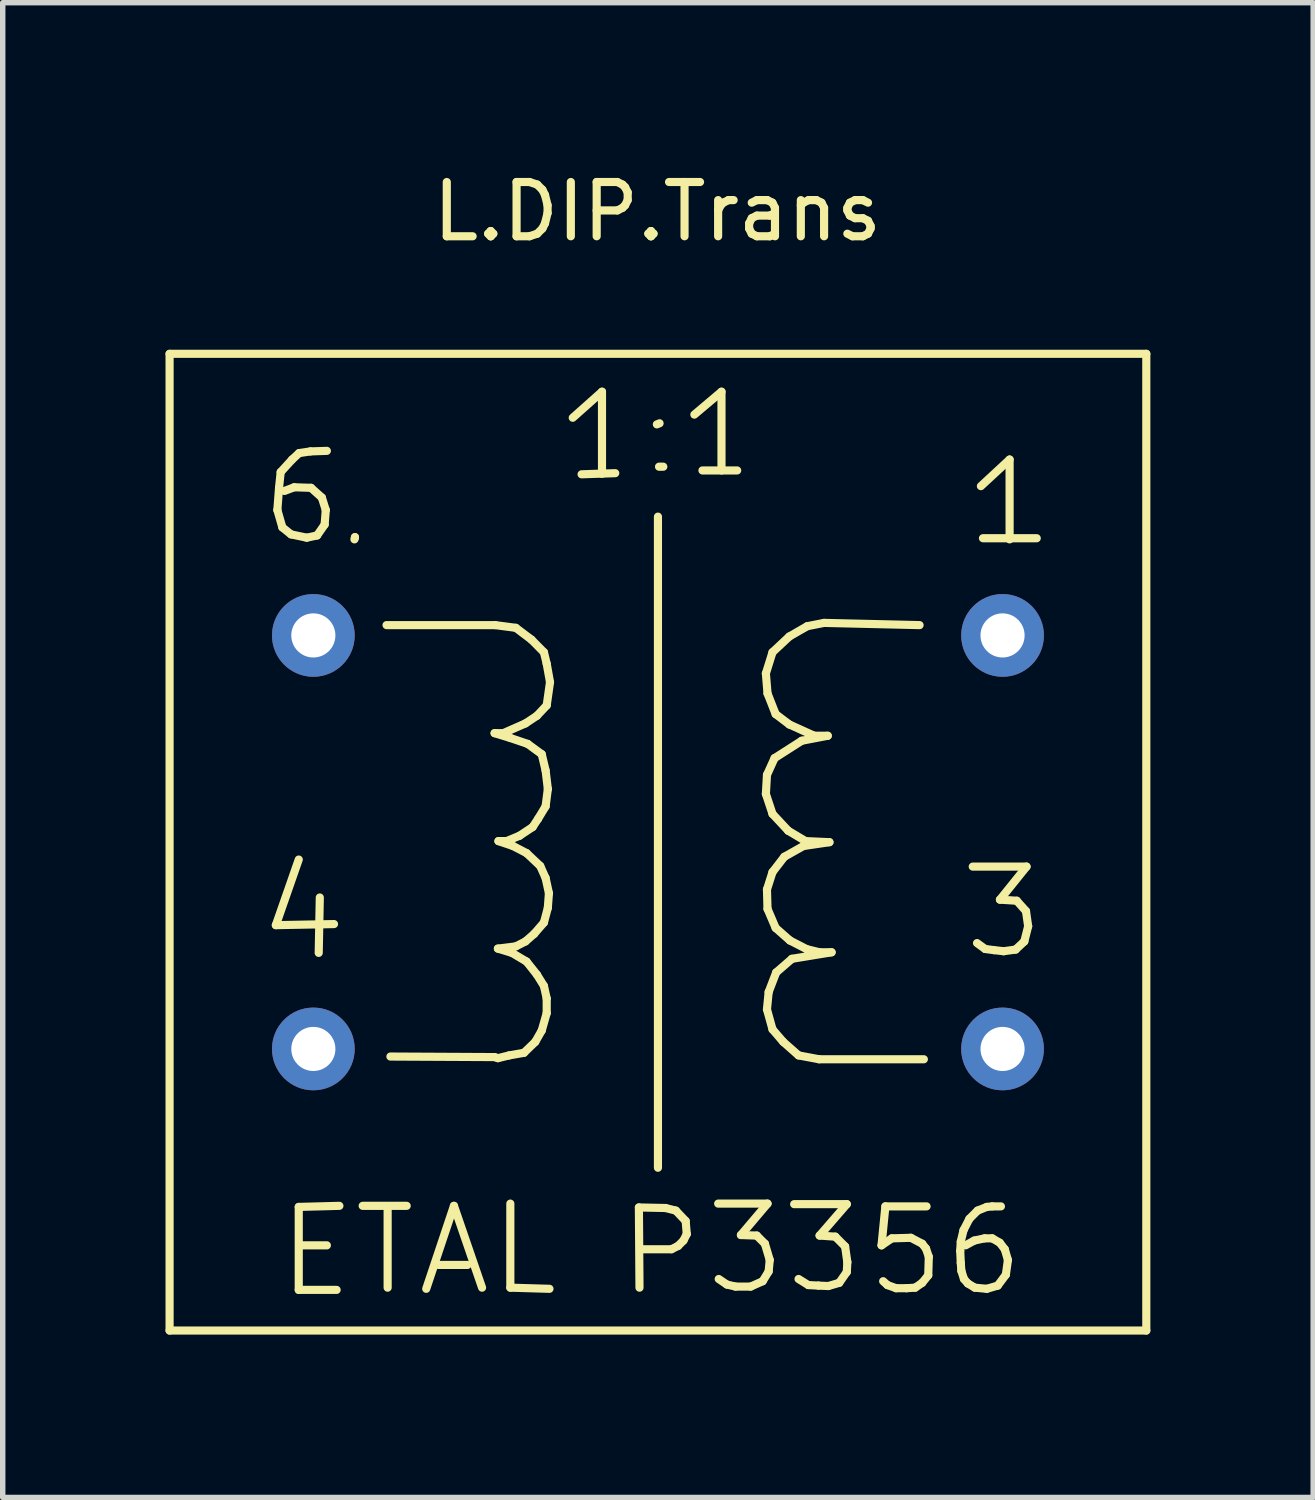
<source format=kicad_pcb>
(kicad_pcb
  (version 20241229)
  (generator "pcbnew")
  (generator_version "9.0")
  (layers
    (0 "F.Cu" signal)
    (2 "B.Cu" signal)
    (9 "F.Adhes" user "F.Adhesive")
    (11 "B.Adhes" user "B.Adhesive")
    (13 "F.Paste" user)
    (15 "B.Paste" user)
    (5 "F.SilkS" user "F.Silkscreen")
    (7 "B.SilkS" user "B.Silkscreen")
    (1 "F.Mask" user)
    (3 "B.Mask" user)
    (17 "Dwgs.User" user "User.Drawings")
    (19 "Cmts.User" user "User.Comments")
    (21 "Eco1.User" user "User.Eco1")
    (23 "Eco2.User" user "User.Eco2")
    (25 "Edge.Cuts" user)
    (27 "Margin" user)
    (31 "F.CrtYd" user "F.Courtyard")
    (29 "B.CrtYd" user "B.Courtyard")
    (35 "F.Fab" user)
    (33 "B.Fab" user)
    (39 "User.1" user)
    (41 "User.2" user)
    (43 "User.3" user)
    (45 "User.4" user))
  (footprint "L.DIP.Trans"
    (layer "F.Cu")
    (at 9.074 12.469)
    (property "Reference" "L.DIP.Trans" (at -0.01 -11.62 0) (layer "F.SilkS") (effects (font (size 1 1) (thickness 0.15))))
    (attr through_hole)
    (fp_line (start -8.999 -8.999) (end -8.999 8.999) (stroke (width 0.15) (type solid)) (layer "F.SilkS"))
    (fp_line (start -8.999 8.999) (end 8.999 8.999) (stroke (width 0.15) (type solid)) (layer "F.SilkS"))
    (fp_line (start -7.041 1.529) (end -5.969 1.509) (stroke (width 0.15) (type solid)) (layer "F.SilkS"))
    (fp_line (start -7.013 -6.121) (end -6.921 -5.801) (stroke (width 0.15) (type solid)) (layer "F.SilkS"))
    (fp_line (start -6.982 -6.53) (end -7.013 -6.121) (stroke (width 0.15) (type solid)) (layer "F.SilkS"))
    (fp_line (start -6.952 -6.82) (end -6.982 -6.53) (stroke (width 0.15) (type solid)) (layer "F.SilkS"))
    (fp_line (start -6.921 -5.801) (end -6.761 -5.672) (stroke (width 0.15) (type solid)) (layer "F.SilkS"))
    (fp_line (start -6.761 -5.672) (end -6.472 -5.611) (stroke (width 0.15) (type solid)) (layer "F.SilkS"))
    (fp_line (start -6.741 -7.051) (end -6.952 -6.82) (stroke (width 0.15) (type solid)) (layer "F.SilkS"))
    (fp_line (start -6.703 -6.54) (end -6.883 -6.472) (stroke (width 0.15) (type solid)) (layer "F.SilkS"))
    (fp_line (start -6.619 0.32) (end -7.041 1.529) (stroke (width 0.15) (type solid)) (layer "F.SilkS"))
    (fp_line (start -6.619 6.721) (end -6.619 8.25) (stroke (width 0.15) (type solid)) (layer "F.SilkS"))
    (fp_line (start -6.619 8.25) (end -5.921 8.25) (stroke (width 0.15) (type solid)) (layer "F.SilkS"))
    (fp_line (start -6.612 -7.17) (end -6.741 -7.051) (stroke (width 0.15) (type solid)) (layer "F.SilkS"))
    (fp_line (start -6.551 7.429) (end -6.101 7.429) (stroke (width 0.15) (type solid)) (layer "F.SilkS"))
    (fp_line (start -6.472 -5.611) (end -6.281 -5.652) (stroke (width 0.15) (type solid)) (layer "F.SilkS"))
    (fp_line (start -6.403 -7.201) (end -6.612 -7.17) (stroke (width 0.15) (type solid)) (layer "F.SilkS"))
    (fp_line (start -6.393 -6.53) (end -6.703 -6.54) (stroke (width 0.15) (type solid)) (layer "F.SilkS"))
    (fp_line (start -6.281 -5.652) (end -6.142 -5.852) (stroke (width 0.15) (type solid)) (layer "F.SilkS"))
    (fp_line (start -6.231 1.019) (end -6.251 2.04) (stroke (width 0.15) (type solid)) (layer "F.SilkS"))
    (fp_line (start -6.193 -6.35) (end -6.393 -6.53) (stroke (width 0.15) (type solid)) (layer "F.SilkS"))
    (fp_line (start -6.142 -5.852) (end -6.121 -6.121) (stroke (width 0.15) (type solid)) (layer "F.SilkS"))
    (fp_line (start -6.121 -6.121) (end -6.193 -6.35) (stroke (width 0.15) (type solid)) (layer "F.SilkS"))
    (fp_line (start -6.101 -7.211) (end -6.403 -7.201) (stroke (width 0.15) (type solid)) (layer "F.SilkS"))
    (fp_line (start -5.87 6.701) (end -6.619 6.721) (stroke (width 0.15) (type solid)) (layer "F.SilkS"))
    (fp_line (start -5.593 -5.58) (end -5.583 -5.621) (stroke (width 0.15) (type solid)) (layer "F.SilkS"))
    (fp_line (start -5.583 -5.621) (end -5.583 -5.611) (stroke (width 0.15) (type solid)) (layer "F.SilkS"))
    (fp_line (start -5.441 6.701) (end -4.63 6.701) (stroke (width 0.15) (type solid)) (layer "F.SilkS"))
    (fp_line (start -5.001 -4) (end -3 -4) (stroke (width 0.15) (type solid)) (layer "F.SilkS"))
    (fp_line (start -4.981 8.209) (end -4.981 6.741) (stroke (width 0.15) (type solid)) (layer "F.SilkS"))
    (fp_line (start -4.27 8.23) (end -3.759 6.701) (stroke (width 0.15) (type solid)) (layer "F.SilkS"))
    (fp_line (start -4.041 7.79) (end -3.51 7.79) (stroke (width 0.15) (type solid)) (layer "F.SilkS"))
    (fp_line (start -3.759 6.701) (end -3.241 8.209) (stroke (width 0.15) (type solid)) (layer "F.SilkS"))
    (fp_line (start -3.01 -2.009) (end -2.72 -1.92) (stroke (width 0.15) (type solid)) (layer "F.SilkS"))
    (fp_line (start -3.01 3.96) (end -4.93 3.95) (stroke (width 0.15) (type solid)) (layer "F.SilkS"))
    (fp_line (start -3 -4) (end -2.619 -3.95) (stroke (width 0.15) (type solid)) (layer "F.SilkS"))
    (fp_line (start -2.949 1.961) (end -2.69 2.04) (stroke (width 0.15) (type solid)) (layer "F.SilkS"))
    (fp_line (start -2.949 3.98) (end -3.01 3.96) (stroke (width 0.15) (type solid)) (layer "F.SilkS"))
    (fp_line (start -2.939 -0.02) (end -2.67 0.071) (stroke (width 0.15) (type solid)) (layer "F.SilkS"))
    (fp_line (start -2.85 -2.009) (end -3.01 -2.009) (stroke (width 0.15) (type solid)) (layer "F.SilkS"))
    (fp_line (start -2.789 -0.02) (end -2.939 -0.02) (stroke (width 0.15) (type solid)) (layer "F.SilkS"))
    (fp_line (start -2.741 3.929) (end -2.949 3.98) (stroke (width 0.15) (type solid)) (layer "F.SilkS"))
    (fp_line (start -2.72 -1.92) (end -2.4 -1.811) (stroke (width 0.15) (type solid)) (layer "F.SilkS"))
    (fp_line (start -2.72 6.66) (end -2.72 8.209) (stroke (width 0.15) (type solid)) (layer "F.SilkS"))
    (fp_line (start -2.72 8.209) (end -1.999 8.23) (stroke (width 0.15) (type solid)) (layer "F.SilkS"))
    (fp_line (start -2.69 2.04) (end -2.421 2.2) (stroke (width 0.15) (type solid)) (layer "F.SilkS"))
    (fp_line (start -2.67 0.071) (end -2.421 0.201) (stroke (width 0.15) (type solid)) (layer "F.SilkS"))
    (fp_line (start -2.619 -3.95) (end -2.329 -3.731) (stroke (width 0.15) (type solid)) (layer "F.SilkS"))
    (fp_line (start -2.619 1.92) (end -2.949 1.961) (stroke (width 0.15) (type solid)) (layer "F.SilkS"))
    (fp_line (start -2.55 -0.119) (end -2.789 -0.02) (stroke (width 0.15) (type solid)) (layer "F.SilkS"))
    (fp_line (start -2.469 3.881) (end -2.741 3.929) (stroke (width 0.15) (type solid)) (layer "F.SilkS"))
    (fp_line (start -2.441 -2.189) (end -2.85 -2.009) (stroke (width 0.15) (type solid)) (layer "F.SilkS"))
    (fp_line (start -2.441 1.829) (end -2.619 1.92) (stroke (width 0.15) (type solid)) (layer "F.SilkS"))
    (fp_line (start -2.421 0.201) (end -2.169 0.439) (stroke (width 0.15) (type solid)) (layer "F.SilkS"))
    (fp_line (start -2.421 2.2) (end -2.23 2.441) (stroke (width 0.15) (type solid)) (layer "F.SilkS"))
    (fp_line (start -2.4 -1.811) (end -2.141 -1.621) (stroke (width 0.15) (type solid)) (layer "F.SilkS"))
    (fp_line (start -2.329 -3.731) (end -2.101 -3.5) (stroke (width 0.15) (type solid)) (layer "F.SilkS"))
    (fp_line (start -2.309 -0.279) (end -2.55 -0.119) (stroke (width 0.15) (type solid)) (layer "F.SilkS"))
    (fp_line (start -2.281 1.689) (end -2.441 1.829) (stroke (width 0.15) (type solid)) (layer "F.SilkS"))
    (fp_line (start -2.261 3.68) (end -2.469 3.881) (stroke (width 0.15) (type solid)) (layer "F.SilkS"))
    (fp_line (start -2.23 -2.329) (end -2.441 -2.189) (stroke (width 0.15) (type solid)) (layer "F.SilkS"))
    (fp_line (start -2.23 2.441) (end -2.101 2.649) (stroke (width 0.15) (type solid)) (layer "F.SilkS"))
    (fp_line (start -2.21 -0.429) (end -2.309 -0.279) (stroke (width 0.15) (type solid)) (layer "F.SilkS"))
    (fp_line (start -2.169 0.439) (end -2.07 0.66) (stroke (width 0.15) (type solid)) (layer "F.SilkS"))
    (fp_line (start -2.141 -1.621) (end -2.07 -1.321) (stroke (width 0.15) (type solid)) (layer "F.SilkS"))
    (fp_line (start -2.141 3.47) (end -2.261 3.68) (stroke (width 0.15) (type solid)) (layer "F.SilkS"))
    (fp_line (start -2.101 -3.5) (end -2.05 -3.289) (stroke (width 0.15) (type solid)) (layer "F.SilkS"))
    (fp_line (start -2.101 1.481) (end -2.281 1.689) (stroke (width 0.15) (type solid)) (layer "F.SilkS"))
    (fp_line (start -2.101 2.649) (end -2.05 2.88) (stroke (width 0.15) (type solid)) (layer "F.SilkS"))
    (fp_line (start -2.07 -1.321) (end -2.029 -0.98) (stroke (width 0.15) (type solid)) (layer "F.SilkS"))
    (fp_line (start -2.07 -0.66) (end -2.21 -0.429) (stroke (width 0.15) (type solid)) (layer "F.SilkS"))
    (fp_line (start -2.07 0.66) (end -2.009 0.94) (stroke (width 0.15) (type solid)) (layer "F.SilkS"))
    (fp_line (start -2.05 -3.289) (end -1.989 -2.949) (stroke (width 0.15) (type solid)) (layer "F.SilkS"))
    (fp_line (start -2.05 -2.52) (end -2.23 -2.329) (stroke (width 0.15) (type solid)) (layer "F.SilkS"))
    (fp_line (start -2.05 2.88) (end -2.05 3.15) (stroke (width 0.15) (type solid)) (layer "F.SilkS"))
    (fp_line (start -2.05 3.15) (end -2.141 3.47) (stroke (width 0.15) (type solid)) (layer "F.SilkS"))
    (fp_line (start -2.029 -0.98) (end -2.07 -0.66) (stroke (width 0.15) (type solid)) (layer "F.SilkS"))
    (fp_line (start -2.029 1.209) (end -2.101 1.481) (stroke (width 0.15) (type solid)) (layer "F.SilkS"))
    (fp_line (start -2.009 0.94) (end -2.029 1.209) (stroke (width 0.15) (type solid)) (layer "F.SilkS"))
    (fp_line (start -1.989 -2.949) (end -2.05 -2.52) (stroke (width 0.15) (type solid)) (layer "F.SilkS"))
    (fp_line (start -1.57 -7.821) (end -1.031 -8.301) (stroke (width 0.15) (type solid)) (layer "F.SilkS"))
    (fp_line (start -1.407 -6.779) (end -0.787 -6.8) (stroke (width 0.15) (type solid)) (layer "F.SilkS"))
    (fp_line (start -1.031 -8.301) (end -1.031 -6.789) (stroke (width 0.15) (type solid)) (layer "F.SilkS"))
    (fp_line (start -0.351 6.731) (end 0.14 6.741) (stroke (width 0.15) (type solid)) (layer "F.SilkS"))
    (fp_line (start -0.34 8.209) (end -0.351 6.731) (stroke (width 0.15) (type solid)) (layer "F.SilkS"))
    (fp_line (start 0 -5.999) (end 0 5.999) (stroke (width 0.15) (type solid)) (layer "F.SilkS"))
    (fp_line (start 0.03 -7.719) (end -0.02 -7.699) (stroke (width 0.15) (type solid)) (layer "F.SilkS"))
    (fp_line (start 0.099 -6.919) (end 0.02 -6.919) (stroke (width 0.15) (type solid)) (layer "F.SilkS"))
    (fp_line (start 0.14 6.741) (end 0.33 6.789) (stroke (width 0.15) (type solid)) (layer "F.SilkS"))
    (fp_line (start 0.249 7.501) (end -0.269 7.501) (stroke (width 0.15) (type solid)) (layer "F.SilkS"))
    (fp_line (start 0.33 6.789) (end 0.511 6.98) (stroke (width 0.15) (type solid)) (layer "F.SilkS"))
    (fp_line (start 0.371 7.44) (end 0.249 7.501) (stroke (width 0.15) (type solid)) (layer "F.SilkS"))
    (fp_line (start 0.47 7.341) (end 0.371 7.44) (stroke (width 0.15) (type solid)) (layer "F.SilkS"))
    (fp_line (start 0.511 6.98) (end 0.531 7.221) (stroke (width 0.15) (type solid)) (layer "F.SilkS"))
    (fp_line (start 0.531 7.221) (end 0.47 7.341) (stroke (width 0.15) (type solid)) (layer "F.SilkS"))
    (fp_line (start 0.671 -7.879) (end 1.171 -8.301) (stroke (width 0.15) (type solid)) (layer "F.SilkS"))
    (fp_line (start 0.82 -6.85) (end 1.46 -6.85) (stroke (width 0.15) (type solid)) (layer "F.SilkS"))
    (fp_line (start 1.11 6.66) (end 2.019 6.66) (stroke (width 0.15) (type solid)) (layer "F.SilkS"))
    (fp_line (start 1.171 -8.301) (end 1.171 -6.85) (stroke (width 0.15) (type solid)) (layer "F.SilkS"))
    (fp_line (start 1.27 8.151) (end 1.12 8.049) (stroke (width 0.15) (type solid)) (layer "F.SilkS"))
    (fp_line (start 1.43 8.189) (end 1.27 8.151) (stroke (width 0.15) (type solid)) (layer "F.SilkS"))
    (fp_line (start 1.529 7.239) (end 1.821 7.249) (stroke (width 0.15) (type solid)) (layer "F.SilkS"))
    (fp_line (start 1.709 8.189) (end 1.43 8.189) (stroke (width 0.15) (type solid)) (layer "F.SilkS"))
    (fp_line (start 1.821 7.249) (end 1.971 7.399) (stroke (width 0.15) (type solid)) (layer "F.SilkS"))
    (fp_line (start 1.93 8.09) (end 1.709 8.189) (stroke (width 0.15) (type solid)) (layer "F.SilkS"))
    (fp_line (start 1.971 7.399) (end 2.06 7.699) (stroke (width 0.15) (type solid)) (layer "F.SilkS"))
    (fp_line (start 1.989 -3.109) (end 2.019 -2.741) (stroke (width 0.15) (type solid)) (layer "F.SilkS"))
    (fp_line (start 1.989 -0.889) (end 2.111 -0.521) (stroke (width 0.15) (type solid)) (layer "F.SilkS"))
    (fp_line (start 2.009 -1.24) (end 1.989 -0.889) (stroke (width 0.15) (type solid)) (layer "F.SilkS"))
    (fp_line (start 2.009 0.871) (end 2.019 1.229) (stroke (width 0.15) (type solid)) (layer "F.SilkS"))
    (fp_line (start 2.009 3.081) (end 2.111 3.449) (stroke (width 0.15) (type solid)) (layer "F.SilkS"))
    (fp_line (start 2.019 -2.741) (end 2.169 -2.36) (stroke (width 0.15) (type solid)) (layer "F.SilkS"))
    (fp_line (start 2.019 1.229) (end 2.169 1.58) (stroke (width 0.15) (type solid)) (layer "F.SilkS"))
    (fp_line (start 2.019 6.66) (end 1.529 7.239) (stroke (width 0.15) (type solid)) (layer "F.SilkS"))
    (fp_line (start 2.04 2.761) (end 2.009 3.081) (stroke (width 0.15) (type solid)) (layer "F.SilkS"))
    (fp_line (start 2.04 7.91) (end 1.93 8.09) (stroke (width 0.15) (type solid)) (layer "F.SilkS"))
    (fp_line (start 2.06 7.699) (end 2.04 7.91) (stroke (width 0.15) (type solid)) (layer "F.SilkS"))
    (fp_line (start 2.111 -3.5) (end 1.989 -3.109) (stroke (width 0.15) (type solid)) (layer "F.SilkS"))
    (fp_line (start 2.111 -0.521) (end 2.4 -0.211) (stroke (width 0.15) (type solid)) (layer "F.SilkS"))
    (fp_line (start 2.111 0.551) (end 2.009 0.871) (stroke (width 0.15) (type solid)) (layer "F.SilkS"))
    (fp_line (start 2.111 3.449) (end 2.309 3.68) (stroke (width 0.15) (type solid)) (layer "F.SilkS"))
    (fp_line (start 2.149 -1.549) (end 2.009 -1.24) (stroke (width 0.15) (type solid)) (layer "F.SilkS"))
    (fp_line (start 2.169 -2.36) (end 2.421 -2.169) (stroke (width 0.15) (type solid)) (layer "F.SilkS"))
    (fp_line (start 2.169 1.58) (end 2.431 1.811) (stroke (width 0.15) (type solid)) (layer "F.SilkS"))
    (fp_line (start 2.179 2.4) (end 2.04 2.761) (stroke (width 0.15) (type solid)) (layer "F.SilkS"))
    (fp_line (start 2.309 3.68) (end 2.591 3.929) (stroke (width 0.15) (type solid)) (layer "F.SilkS"))
    (fp_line (start 2.329 0.269) (end 2.111 0.551) (stroke (width 0.15) (type solid)) (layer "F.SilkS"))
    (fp_line (start 2.4 -0.211) (end 2.72 -0.02) (stroke (width 0.15) (type solid)) (layer "F.SilkS"))
    (fp_line (start 2.421 -3.79) (end 2.111 -3.5) (stroke (width 0.15) (type solid)) (layer "F.SilkS"))
    (fp_line (start 2.421 -2.169) (end 2.88 -1.961) (stroke (width 0.15) (type solid)) (layer "F.SilkS"))
    (fp_line (start 2.431 1.811) (end 2.741 1.971) (stroke (width 0.15) (type solid)) (layer "F.SilkS"))
    (fp_line (start 2.469 2.149) (end 2.179 2.4) (stroke (width 0.15) (type solid)) (layer "F.SilkS"))
    (fp_line (start 2.51 6.67) (end 3.48 6.67) (stroke (width 0.15) (type solid)) (layer "F.SilkS"))
    (fp_line (start 2.591 3.929) (end 2.969 4) (stroke (width 0.15) (type solid)) (layer "F.SilkS"))
    (fp_line (start 2.649 -1.869) (end 2.149 -1.549) (stroke (width 0.15) (type solid)) (layer "F.SilkS"))
    (fp_line (start 2.68 0.071) (end 2.329 0.269) (stroke (width 0.15) (type solid)) (layer "F.SilkS"))
    (fp_line (start 2.72 -0.02) (end 3.16 0) (stroke (width 0.15) (type solid)) (layer "F.SilkS"))
    (fp_line (start 2.741 1.971) (end 2.979 2.029) (stroke (width 0.15) (type solid)) (layer "F.SilkS"))
    (fp_line (start 2.751 -3.98) (end 2.421 -3.79) (stroke (width 0.15) (type solid)) (layer "F.SilkS"))
    (fp_line (start 2.771 8.161) (end 2.591 8.049) (stroke (width 0.15) (type solid)) (layer "F.SilkS"))
    (fp_line (start 2.88 -1.961) (end 3.129 -1.961) (stroke (width 0.15) (type solid)) (layer "F.SilkS"))
    (fp_line (start 2.959 8.171) (end 2.771 8.161) (stroke (width 0.15) (type solid)) (layer "F.SilkS"))
    (fp_line (start 2.969 4) (end 4.9 4) (stroke (width 0.15) (type solid)) (layer "F.SilkS"))
    (fp_line (start 2.979 2.029) (end 3.2 2.029) (stroke (width 0.15) (type solid)) (layer "F.SilkS"))
    (fp_line (start 2.979 7.249) (end 3.269 7.269) (stroke (width 0.15) (type solid)) (layer "F.SilkS"))
    (fp_line (start 3.061 -4.041) (end 2.751 -3.98) (stroke (width 0.15) (type solid)) (layer "F.SilkS"))
    (fp_line (start 3.129 -1.961) (end 2.649 -1.869) (stroke (width 0.15) (type solid)) (layer "F.SilkS"))
    (fp_line (start 3.139 8.179) (end 2.959 8.171) (stroke (width 0.15) (type solid)) (layer "F.SilkS"))
    (fp_line (start 3.16 0) (end 2.68 0.071) (stroke (width 0.15) (type solid)) (layer "F.SilkS"))
    (fp_line (start 3.2 2.029) (end 2.469 2.149) (stroke (width 0.15) (type solid)) (layer "F.SilkS"))
    (fp_line (start 3.269 7.269) (end 3.449 7.45) (stroke (width 0.15) (type solid)) (layer "F.SilkS"))
    (fp_line (start 3.34 8.12) (end 3.139 8.179) (stroke (width 0.15) (type solid)) (layer "F.SilkS"))
    (fp_line (start 3.449 7.45) (end 3.49 7.739) (stroke (width 0.15) (type solid)) (layer "F.SilkS"))
    (fp_line (start 3.48 6.67) (end 2.979 7.249) (stroke (width 0.15) (type solid)) (layer "F.SilkS"))
    (fp_line (start 3.48 7.92) (end 3.34 8.12) (stroke (width 0.15) (type solid)) (layer "F.SilkS"))
    (fp_line (start 3.49 7.739) (end 3.48 7.92) (stroke (width 0.15) (type solid)) (layer "F.SilkS"))
    (fp_line (start 4.12 7.429) (end 4.31 7.3) (stroke (width 0.15) (type solid)) (layer "F.SilkS"))
    (fp_line (start 4.191 6.711) (end 4.12 7.429) (stroke (width 0.15) (type solid)) (layer "F.SilkS"))
    (fp_line (start 4.229 8.161) (end 4.15 8.09) (stroke (width 0.15) (type solid)) (layer "F.SilkS"))
    (fp_line (start 4.31 7.3) (end 4.661 7.29) (stroke (width 0.15) (type solid)) (layer "F.SilkS"))
    (fp_line (start 4.389 8.219) (end 4.229 8.161) (stroke (width 0.15) (type solid)) (layer "F.SilkS"))
    (fp_line (start 4.58 8.219) (end 4.389 8.219) (stroke (width 0.15) (type solid)) (layer "F.SilkS"))
    (fp_line (start 4.661 7.29) (end 4.869 7.399) (stroke (width 0.15) (type solid)) (layer "F.SilkS"))
    (fp_line (start 4.74 8.209) (end 4.58 8.219) (stroke (width 0.15) (type solid)) (layer "F.SilkS"))
    (fp_line (start 4.821 -4) (end 3.061 -4.041) (stroke (width 0.15) (type solid)) (layer "F.SilkS"))
    (fp_line (start 4.869 7.399) (end 4.94 7.49) (stroke (width 0.15) (type solid)) (layer "F.SilkS"))
    (fp_line (start 4.869 8.12) (end 4.74 8.209) (stroke (width 0.15) (type solid)) (layer "F.SilkS"))
    (fp_line (start 4.94 7.49) (end 4.991 7.64) (stroke (width 0.15) (type solid)) (layer "F.SilkS"))
    (fp_line (start 4.95 6.711) (end 4.191 6.711) (stroke (width 0.15) (type solid)) (layer "F.SilkS"))
    (fp_line (start 4.981 7.981) (end 4.869 8.12) (stroke (width 0.15) (type solid)) (layer "F.SilkS"))
    (fp_line (start 4.991 7.64) (end 4.981 7.981) (stroke (width 0.15) (type solid)) (layer "F.SilkS"))
    (fp_line (start 5.57 7.531) (end 5.58 7.75) (stroke (width 0.15) (type solid)) (layer "F.SilkS"))
    (fp_line (start 5.58 7.361) (end 5.57 7.531) (stroke (width 0.15) (type solid)) (layer "F.SilkS"))
    (fp_line (start 5.58 7.75) (end 5.591 7.899) (stroke (width 0.15) (type solid)) (layer "F.SilkS"))
    (fp_line (start 5.591 7.899) (end 5.639 8.049) (stroke (width 0.15) (type solid)) (layer "F.SilkS"))
    (fp_line (start 5.631 7.15) (end 5.58 7.361) (stroke (width 0.15) (type solid)) (layer "F.SilkS"))
    (fp_line (start 5.639 8.049) (end 5.71 8.131) (stroke (width 0.15) (type solid)) (layer "F.SilkS"))
    (fp_line (start 5.71 8.131) (end 5.839 8.209) (stroke (width 0.15) (type solid)) (layer "F.SilkS"))
    (fp_line (start 5.74 6.939) (end 5.631 7.15) (stroke (width 0.15) (type solid)) (layer "F.SilkS"))
    (fp_line (start 5.801 0.45) (end 6.792 0.45) (stroke (width 0.15) (type solid)) (layer "F.SilkS"))
    (fp_line (start 5.829 7.341) (end 5.669 7.429) (stroke (width 0.15) (type solid)) (layer "F.SilkS"))
    (fp_line (start 5.839 8.209) (end 6.06 8.23) (stroke (width 0.15) (type solid)) (layer "F.SilkS"))
    (fp_line (start 5.89 6.789) (end 5.74 6.939) (stroke (width 0.15) (type solid)) (layer "F.SilkS"))
    (fp_line (start 5.951 -6.561) (end 6.48 -7.051) (stroke (width 0.15) (type solid)) (layer "F.SilkS"))
    (fp_line (start 5.989 -5.601) (end 6.98 -5.601) (stroke (width 0.15) (type solid)) (layer "F.SilkS"))
    (fp_line (start 6.02 7.3) (end 5.829 7.341) (stroke (width 0.15) (type solid)) (layer "F.SilkS"))
    (fp_line (start 6.03 1.968) (end 5.88 1.859) (stroke (width 0.15) (type solid)) (layer "F.SilkS"))
    (fp_line (start 6.06 6.721) (end 5.89 6.789) (stroke (width 0.15) (type solid)) (layer "F.SilkS"))
    (fp_line (start 6.06 8.23) (end 6.261 8.171) (stroke (width 0.15) (type solid)) (layer "F.SilkS"))
    (fp_line (start 6.16 6.711) (end 6.06 6.721) (stroke (width 0.15) (type solid)) (layer "F.SilkS"))
    (fp_line (start 6.16 7.3) (end 6.02 7.3) (stroke (width 0.15) (type solid)) (layer "F.SilkS"))
    (fp_line (start 6.19 1.989) (end 6.03 1.968) (stroke (width 0.15) (type solid)) (layer "F.SilkS"))
    (fp_line (start 6.261 8.171) (end 6.411 7.971) (stroke (width 0.15) (type solid)) (layer "F.SilkS"))
    (fp_line (start 6.299 7.381) (end 6.16 7.3) (stroke (width 0.15) (type solid)) (layer "F.SilkS"))
    (fp_line (start 6.302 1.059) (end 6.612 1.079) (stroke (width 0.15) (type solid)) (layer "F.SilkS"))
    (fp_line (start 6.32 6.711) (end 6.16 6.711) (stroke (width 0.15) (type solid)) (layer "F.SilkS"))
    (fp_line (start 6.37 2.009) (end 6.19 1.989) (stroke (width 0.15) (type solid)) (layer "F.SilkS"))
    (fp_line (start 6.391 7.501) (end 6.299 7.381) (stroke (width 0.15) (type solid)) (layer "F.SilkS"))
    (fp_line (start 6.411 7.971) (end 6.449 7.699) (stroke (width 0.15) (type solid)) (layer "F.SilkS"))
    (fp_line (start 6.449 7.699) (end 6.391 7.501) (stroke (width 0.15) (type solid)) (layer "F.SilkS"))
    (fp_line (start 6.48 -7.051) (end 6.48 -5.58) (stroke (width 0.15) (type solid)) (layer "F.SilkS"))
    (fp_line (start 6.591 1.979) (end 6.37 2.009) (stroke (width 0.15) (type solid)) (layer "F.SilkS"))
    (fp_line (start 6.612 1.079) (end 6.782 1.27) (stroke (width 0.15) (type solid)) (layer "F.SilkS"))
    (fp_line (start 6.751 1.829) (end 6.591 1.979) (stroke (width 0.15) (type solid)) (layer "F.SilkS"))
    (fp_line (start 6.782 1.27) (end 6.822 1.549) (stroke (width 0.15) (type solid)) (layer "F.SilkS"))
    (fp_line (start 6.792 0.45) (end 6.302 1.059) (stroke (width 0.15) (type solid)) (layer "F.SilkS"))
    (fp_line (start 6.822 1.549) (end 6.751 1.829) (stroke (width 0.15) (type solid)) (layer "F.SilkS"))
    (fp_line (start 8.999 -8.999) (end -8.999 -8.999) (stroke (width 0.15) (type solid)) (layer "F.SilkS"))
    (fp_line (start 8.999 8.999) (end 8.999 -8.999) (stroke (width 0.15) (type solid)) (layer "F.SilkS"))
    (pad "1" thru_hole circle (at 6.35 -3.81) (size 1.524 1.524) (drill 0.813) (layers "*.Cu" "*.Mask"))
    (pad "3" thru_hole circle (at 6.35 3.81) (size 1.524 1.524) (drill 0.813) (layers "*.Cu" "*.Mask"))
    (pad "4" thru_hole circle (at -6.35 3.81) (size 1.524 1.524) (drill 0.813) (layers "*.Cu" "*.Mask"))
    (pad "6" thru_hole circle (at -6.35 -3.81) (size 1.524 1.524) (drill 0.813) (layers "*.Cu" "*.Mask")))
  (gr_rect
    (start -3 -3)
    (end 21.148 24.543)
    (stroke (width 0.1) (type default))
    (fill no)
    (layer "Edge.Cuts")))
</source>
